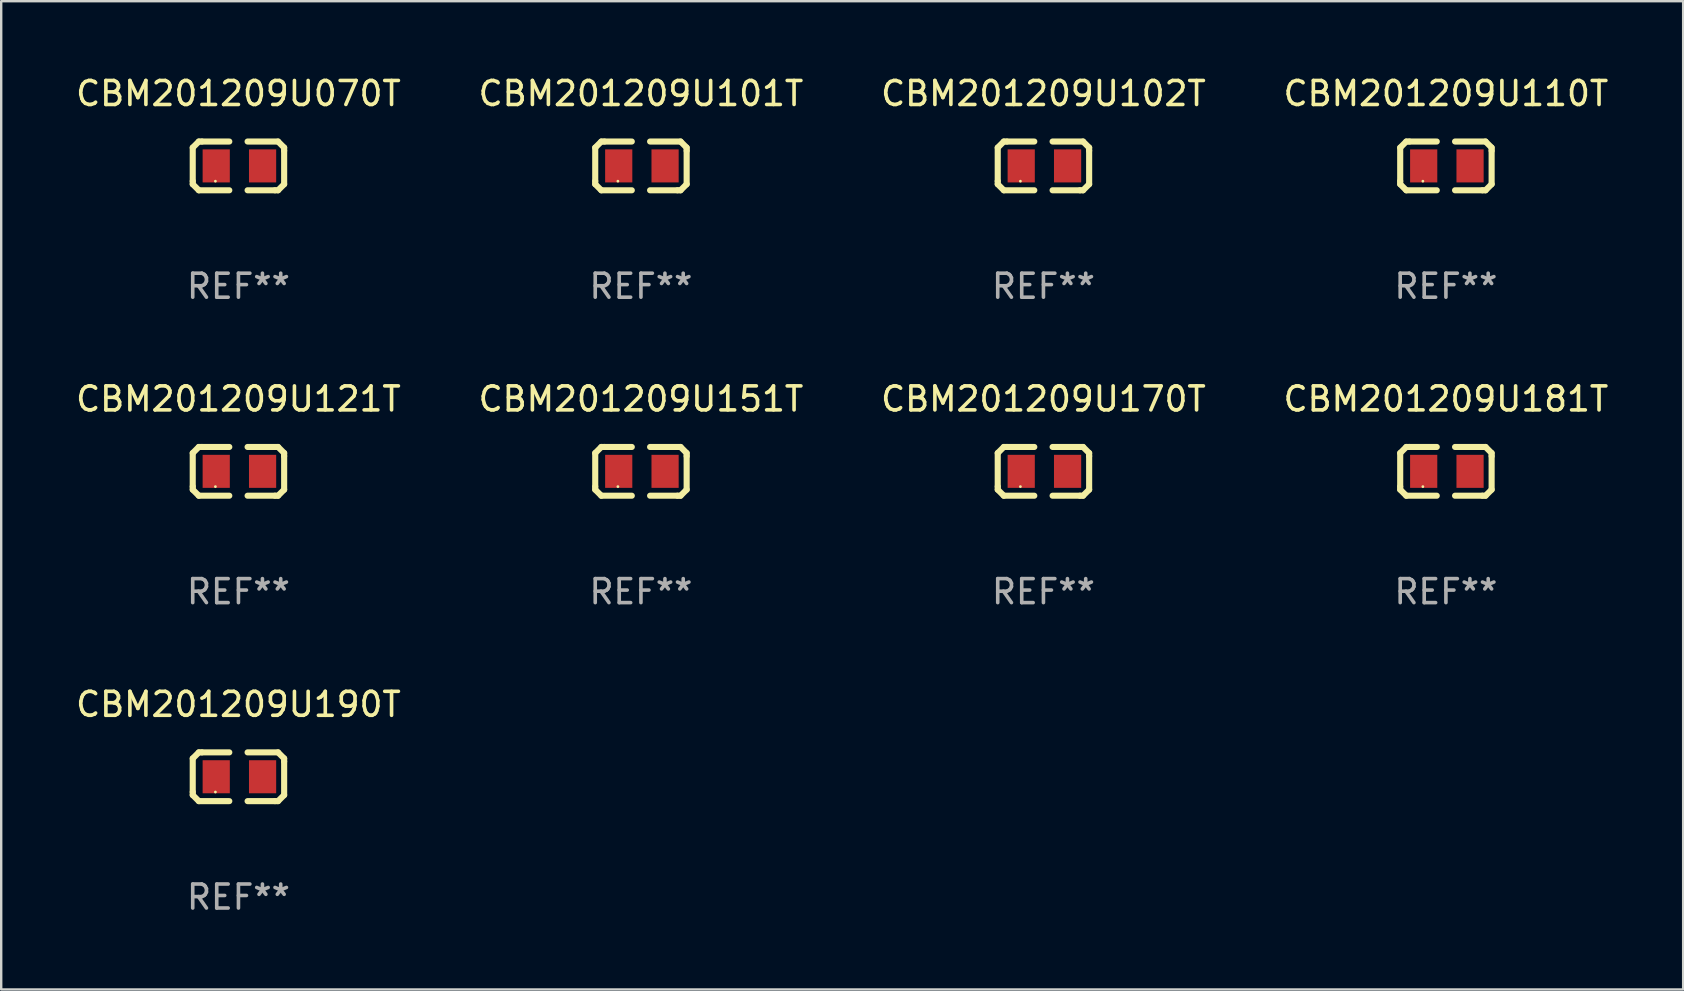
<source format=kicad_pcb>
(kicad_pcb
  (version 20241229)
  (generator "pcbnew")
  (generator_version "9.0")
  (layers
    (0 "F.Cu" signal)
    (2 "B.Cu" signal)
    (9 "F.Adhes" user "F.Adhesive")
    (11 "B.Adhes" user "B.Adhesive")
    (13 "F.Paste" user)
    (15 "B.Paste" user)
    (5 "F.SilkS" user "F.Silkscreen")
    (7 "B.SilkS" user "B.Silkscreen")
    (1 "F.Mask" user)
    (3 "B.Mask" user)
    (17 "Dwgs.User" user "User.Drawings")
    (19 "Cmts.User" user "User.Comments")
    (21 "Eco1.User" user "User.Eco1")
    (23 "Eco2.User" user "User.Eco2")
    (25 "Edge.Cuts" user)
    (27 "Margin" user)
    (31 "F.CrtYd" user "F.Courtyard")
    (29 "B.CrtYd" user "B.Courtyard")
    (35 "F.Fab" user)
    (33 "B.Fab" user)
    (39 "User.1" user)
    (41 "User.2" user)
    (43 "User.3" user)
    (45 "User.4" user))
  (footprint "CBM201209U102T"
    (layer "F.Cu")
    (at 40.435 3.864)
    (property "Reference" "CBM201209U102T" (at 0 -3.016 0) (layer "F.SilkS") (effects (font (size 1 1) (thickness 0.15))))
    (attr through_hole)
    (fp_line (start -1.905 -0.762) (end -1.905 0.635) (stroke (width 0.254) (type solid)) (layer "F.SilkS"))
    (fp_line (start -1.905 0.635) (end -1.905 0.762) (stroke (width 0.254) (type solid)) (layer "F.SilkS"))
    (fp_line (start -1.905 0.762) (end -1.651 1.016) (stroke (width 0.254) (type solid)) (layer "F.SilkS"))
    (fp_line (start -1.651 -1.016) (end -1.905 -0.762) (stroke (width 0.254) (type solid)) (layer "F.SilkS"))
    (fp_line (start -1.651 1.016) (end -0.381 1.016) (stroke (width 0.254) (type solid)) (layer "F.SilkS"))
    (fp_line (start -1.524 -1.016) (end -1.651 -1.016) (stroke (width 0.254) (type solid)) (layer "F.SilkS"))
    (fp_line (start -0.381 -1.016) (end -1.524 -1.016) (stroke (width 0.254) (type solid)) (layer "F.SilkS"))
    (fp_line (start 0.381 1.016) (end 1.524 1.016) (stroke (width 0.254) (type solid)) (layer "F.SilkS"))
    (fp_line (start 1.524 1.016) (end 1.651 1.016) (stroke (width 0.254) (type solid)) (layer "F.SilkS"))
    (fp_line (start 1.651 -1.016) (end 0.381 -1.016) (stroke (width 0.254) (type solid)) (layer "F.SilkS"))
    (fp_line (start 1.651 1.016) (end 1.905 0.762) (stroke (width 0.254) (type solid)) (layer "F.SilkS"))
    (fp_line (start 1.905 -0.762) (end 1.651 -1.016) (stroke (width 0.254) (type solid)) (layer "F.SilkS"))
    (fp_line (start 1.905 -0.635) (end 1.905 -0.762) (stroke (width 0.254) (type solid)) (layer "F.SilkS"))
    (fp_line (start 1.905 0.762) (end 1.905 -0.635) (stroke (width 0.254) (type solid)) (layer "F.SilkS"))
    (fp_circle (center -0.96 0.637) (end -0.93 0.637) (stroke (width 0.06) (type solid)) (fill no) (layer "F.SilkS"))
    (fp_text user "REF**" (at 0 5.016 0) (layer "F.Fab") (effects (font (size 1 1) (thickness 0.15))))
    (pad "1" smd rect (at -0.926 -0.000051) (size 1.133 1.377) (layers "F.Cu" "F.Mask" "F.Paste"))
    (pad "2" smd rect (at 1.006 -0.000051) (size 1.133 1.377) (layers "F.Cu" "F.Mask" "F.Paste")))
  (footprint "CBM201209U170T"
    (layer "F.Cu")
    (at 40.435 16.593)
    (property "Reference" "CBM201209U170T" (at 0 -3.016 0) (layer "F.SilkS") (effects (font (size 1 1) (thickness 0.15))))
    (attr through_hole)
    (fp_line (start -1.905 -0.762) (end -1.905 0.635) (stroke (width 0.254) (type solid)) (layer "F.SilkS"))
    (fp_line (start -1.905 0.635) (end -1.905 0.762) (stroke (width 0.254) (type solid)) (layer "F.SilkS"))
    (fp_line (start -1.905 0.762) (end -1.651 1.016) (stroke (width 0.254) (type solid)) (layer "F.SilkS"))
    (fp_line (start -1.651 -1.016) (end -1.905 -0.762) (stroke (width 0.254) (type solid)) (layer "F.SilkS"))
    (fp_line (start -1.651 1.016) (end -0.381 1.016) (stroke (width 0.254) (type solid)) (layer "F.SilkS"))
    (fp_line (start -1.524 -1.016) (end -1.651 -1.016) (stroke (width 0.254) (type solid)) (layer "F.SilkS"))
    (fp_line (start -0.381 -1.016) (end -1.524 -1.016) (stroke (width 0.254) (type solid)) (layer "F.SilkS"))
    (fp_line (start 0.381 1.016) (end 1.524 1.016) (stroke (width 0.254) (type solid)) (layer "F.SilkS"))
    (fp_line (start 1.524 1.016) (end 1.651 1.016) (stroke (width 0.254) (type solid)) (layer "F.SilkS"))
    (fp_line (start 1.651 -1.016) (end 0.381 -1.016) (stroke (width 0.254) (type solid)) (layer "F.SilkS"))
    (fp_line (start 1.651 1.016) (end 1.905 0.762) (stroke (width 0.254) (type solid)) (layer "F.SilkS"))
    (fp_line (start 1.905 -0.762) (end 1.651 -1.016) (stroke (width 0.254) (type solid)) (layer "F.SilkS"))
    (fp_line (start 1.905 -0.635) (end 1.905 -0.762) (stroke (width 0.254) (type solid)) (layer "F.SilkS"))
    (fp_line (start 1.905 0.762) (end 1.905 -0.635) (stroke (width 0.254) (type solid)) (layer "F.SilkS"))
    (fp_circle (center -0.96 0.637) (end -0.93 0.637) (stroke (width 0.06) (type solid)) (fill no) (layer "F.SilkS"))
    (fp_text user "REF**" (at 0 5.016 0) (layer "F.Fab") (effects (font (size 1 1) (thickness 0.15))))
    (pad "1" smd rect (at -0.926 -0.000051) (size 1.133 1.377) (layers "F.Cu" "F.Mask" "F.Paste"))
    (pad "2" smd rect (at 1.006 -0.000051) (size 1.133 1.377) (layers "F.Cu" "F.Mask" "F.Paste")))
  (footprint "CBM201209U070T"
    (layer "F.Cu")
    (at 6.887 3.864)
    (property "Reference" "CBM201209U070T" (at 0 -3.016 0) (layer "F.SilkS") (effects (font (size 1 1) (thickness 0.15))))
    (attr through_hole)
    (fp_line (start -1.905 -0.762) (end -1.905 0.635) (stroke (width 0.254) (type solid)) (layer "F.SilkS"))
    (fp_line (start -1.905 0.635) (end -1.905 0.762) (stroke (width 0.254) (type solid)) (layer "F.SilkS"))
    (fp_line (start -1.905 0.762) (end -1.651 1.016) (stroke (width 0.254) (type solid)) (layer "F.SilkS"))
    (fp_line (start -1.651 -1.016) (end -1.905 -0.762) (stroke (width 0.254) (type solid)) (layer "F.SilkS"))
    (fp_line (start -1.651 1.016) (end -0.381 1.016) (stroke (width 0.254) (type solid)) (layer "F.SilkS"))
    (fp_line (start -1.524 -1.016) (end -1.651 -1.016) (stroke (width 0.254) (type solid)) (layer "F.SilkS"))
    (fp_line (start -0.381 -1.016) (end -1.524 -1.016) (stroke (width 0.254) (type solid)) (layer "F.SilkS"))
    (fp_line (start 0.381 1.016) (end 1.524 1.016) (stroke (width 0.254) (type solid)) (layer "F.SilkS"))
    (fp_line (start 1.524 1.016) (end 1.651 1.016) (stroke (width 0.254) (type solid)) (layer "F.SilkS"))
    (fp_line (start 1.651 -1.016) (end 0.381 -1.016) (stroke (width 0.254) (type solid)) (layer "F.SilkS"))
    (fp_line (start 1.651 1.016) (end 1.905 0.762) (stroke (width 0.254) (type solid)) (layer "F.SilkS"))
    (fp_line (start 1.905 -0.762) (end 1.651 -1.016) (stroke (width 0.254) (type solid)) (layer "F.SilkS"))
    (fp_line (start 1.905 -0.635) (end 1.905 -0.762) (stroke (width 0.254) (type solid)) (layer "F.SilkS"))
    (fp_line (start 1.905 0.762) (end 1.905 -0.635) (stroke (width 0.254) (type solid)) (layer "F.SilkS"))
    (fp_circle (center -0.96 0.637) (end -0.93 0.637) (stroke (width 0.06) (type solid)) (fill no) (layer "F.SilkS"))
    (fp_text user "REF**" (at 0 5.016 0) (layer "F.Fab") (effects (font (size 1 1) (thickness 0.15))))
    (pad "1" smd rect (at -0.926 -0.000051) (size 1.133 1.377) (layers "F.Cu" "F.Mask" "F.Paste"))
    (pad "2" smd rect (at 1.006 -0.000051) (size 1.133 1.377) (layers "F.Cu" "F.Mask" "F.Paste")))
  (footprint "CBM201209U101T"
    (layer "F.Cu")
    (at 23.661 3.864)
    (property "Reference" "CBM201209U101T" (at 0 -3.016 0) (layer "F.SilkS") (effects (font (size 1 1) (thickness 0.15))))
    (attr through_hole)
    (fp_line (start -1.905 -0.762) (end -1.905 0.635) (stroke (width 0.254) (type solid)) (layer "F.SilkS"))
    (fp_line (start -1.905 0.635) (end -1.905 0.762) (stroke (width 0.254) (type solid)) (layer "F.SilkS"))
    (fp_line (start -1.905 0.762) (end -1.651 1.016) (stroke (width 0.254) (type solid)) (layer "F.SilkS"))
    (fp_line (start -1.651 -1.016) (end -1.905 -0.762) (stroke (width 0.254) (type solid)) (layer "F.SilkS"))
    (fp_line (start -1.651 1.016) (end -0.381 1.016) (stroke (width 0.254) (type solid)) (layer "F.SilkS"))
    (fp_line (start -1.524 -1.016) (end -1.651 -1.016) (stroke (width 0.254) (type solid)) (layer "F.SilkS"))
    (fp_line (start -0.381 -1.016) (end -1.524 -1.016) (stroke (width 0.254) (type solid)) (layer "F.SilkS"))
    (fp_line (start 0.381 1.016) (end 1.524 1.016) (stroke (width 0.254) (type solid)) (layer "F.SilkS"))
    (fp_line (start 1.524 1.016) (end 1.651 1.016) (stroke (width 0.254) (type solid)) (layer "F.SilkS"))
    (fp_line (start 1.651 -1.016) (end 0.381 -1.016) (stroke (width 0.254) (type solid)) (layer "F.SilkS"))
    (fp_line (start 1.651 1.016) (end 1.905 0.762) (stroke (width 0.254) (type solid)) (layer "F.SilkS"))
    (fp_line (start 1.905 -0.762) (end 1.651 -1.016) (stroke (width 0.254) (type solid)) (layer "F.SilkS"))
    (fp_line (start 1.905 -0.635) (end 1.905 -0.762) (stroke (width 0.254) (type solid)) (layer "F.SilkS"))
    (fp_line (start 1.905 0.762) (end 1.905 -0.635) (stroke (width 0.254) (type solid)) (layer "F.SilkS"))
    (fp_circle (center -0.96 0.637) (end -0.93 0.637) (stroke (width 0.06) (type solid)) (fill no) (layer "F.SilkS"))
    (fp_text user "REF**" (at 0 5.016 0) (layer "F.Fab") (effects (font (size 1 1) (thickness 0.15))))
    (pad "1" smd rect (at -0.926 -0.000051) (size 1.133 1.377) (layers "F.Cu" "F.Mask" "F.Paste"))
    (pad "2" smd rect (at 1.006 -0.000051) (size 1.133 1.377) (layers "F.Cu" "F.Mask" "F.Paste")))
  (footprint "CBM201209U121T"
    (layer "F.Cu")
    (at 6.887 16.593)
    (property "Reference" "CBM201209U121T" (at 0 -3.016 0) (layer "F.SilkS") (effects (font (size 1 1) (thickness 0.15))))
    (attr through_hole)
    (fp_line (start -1.905 -0.762) (end -1.905 0.635) (stroke (width 0.254) (type solid)) (layer "F.SilkS"))
    (fp_line (start -1.905 0.635) (end -1.905 0.762) (stroke (width 0.254) (type solid)) (layer "F.SilkS"))
    (fp_line (start -1.905 0.762) (end -1.651 1.016) (stroke (width 0.254) (type solid)) (layer "F.SilkS"))
    (fp_line (start -1.651 -1.016) (end -1.905 -0.762) (stroke (width 0.254) (type solid)) (layer "F.SilkS"))
    (fp_line (start -1.651 1.016) (end -0.381 1.016) (stroke (width 0.254) (type solid)) (layer "F.SilkS"))
    (fp_line (start -1.524 -1.016) (end -1.651 -1.016) (stroke (width 0.254) (type solid)) (layer "F.SilkS"))
    (fp_line (start -0.381 -1.016) (end -1.524 -1.016) (stroke (width 0.254) (type solid)) (layer "F.SilkS"))
    (fp_line (start 0.381 1.016) (end 1.524 1.016) (stroke (width 0.254) (type solid)) (layer "F.SilkS"))
    (fp_line (start 1.524 1.016) (end 1.651 1.016) (stroke (width 0.254) (type solid)) (layer "F.SilkS"))
    (fp_line (start 1.651 -1.016) (end 0.381 -1.016) (stroke (width 0.254) (type solid)) (layer "F.SilkS"))
    (fp_line (start 1.651 1.016) (end 1.905 0.762) (stroke (width 0.254) (type solid)) (layer "F.SilkS"))
    (fp_line (start 1.905 -0.762) (end 1.651 -1.016) (stroke (width 0.254) (type solid)) (layer "F.SilkS"))
    (fp_line (start 1.905 -0.635) (end 1.905 -0.762) (stroke (width 0.254) (type solid)) (layer "F.SilkS"))
    (fp_line (start 1.905 0.762) (end 1.905 -0.635) (stroke (width 0.254) (type solid)) (layer "F.SilkS"))
    (fp_circle (center -0.96 0.637) (end -0.93 0.637) (stroke (width 0.06) (type solid)) (fill no) (layer "F.SilkS"))
    (fp_text user "REF**" (at 0 5.016 0) (layer "F.Fab") (effects (font (size 1 1) (thickness 0.15))))
    (pad "1" smd rect (at -0.926 -0.000051) (size 1.133 1.377) (layers "F.Cu" "F.Mask" "F.Paste"))
    (pad "2" smd rect (at 1.006 -0.000051) (size 1.133 1.377) (layers "F.Cu" "F.Mask" "F.Paste")))
  (footprint "CBM201209U190T"
    (layer "F.Cu")
    (at 6.887 29.321)
    (property "Reference" "CBM201209U190T" (at 0 -3.016 0) (layer "F.SilkS") (effects (font (size 1 1) (thickness 0.15))))
    (attr through_hole)
    (fp_line (start -1.905 -0.762) (end -1.905 0.635) (stroke (width 0.254) (type solid)) (layer "F.SilkS"))
    (fp_line (start -1.905 0.635) (end -1.905 0.762) (stroke (width 0.254) (type solid)) (layer "F.SilkS"))
    (fp_line (start -1.905 0.762) (end -1.651 1.016) (stroke (width 0.254) (type solid)) (layer "F.SilkS"))
    (fp_line (start -1.651 -1.016) (end -1.905 -0.762) (stroke (width 0.254) (type solid)) (layer "F.SilkS"))
    (fp_line (start -1.651 1.016) (end -0.381 1.016) (stroke (width 0.254) (type solid)) (layer "F.SilkS"))
    (fp_line (start -1.524 -1.016) (end -1.651 -1.016) (stroke (width 0.254) (type solid)) (layer "F.SilkS"))
    (fp_line (start -0.381 -1.016) (end -1.524 -1.016) (stroke (width 0.254) (type solid)) (layer "F.SilkS"))
    (fp_line (start 0.381 1.016) (end 1.524 1.016) (stroke (width 0.254) (type solid)) (layer "F.SilkS"))
    (fp_line (start 1.524 1.016) (end 1.651 1.016) (stroke (width 0.254) (type solid)) (layer "F.SilkS"))
    (fp_line (start 1.651 -1.016) (end 0.381 -1.016) (stroke (width 0.254) (type solid)) (layer "F.SilkS"))
    (fp_line (start 1.651 1.016) (end 1.905 0.762) (stroke (width 0.254) (type solid)) (layer "F.SilkS"))
    (fp_line (start 1.905 -0.762) (end 1.651 -1.016) (stroke (width 0.254) (type solid)) (layer "F.SilkS"))
    (fp_line (start 1.905 -0.635) (end 1.905 -0.762) (stroke (width 0.254) (type solid)) (layer "F.SilkS"))
    (fp_line (start 1.905 0.762) (end 1.905 -0.635) (stroke (width 0.254) (type solid)) (layer "F.SilkS"))
    (fp_circle (center -0.96 0.637) (end -0.93 0.637) (stroke (width 0.06) (type solid)) (fill no) (layer "F.SilkS"))
    (fp_text user "REF**" (at 0 5.016 0) (layer "F.Fab") (effects (font (size 1 1) (thickness 0.15))))
    (pad "1" smd rect (at -0.926 -0.000051) (size 1.133 1.377) (layers "F.Cu" "F.Mask" "F.Paste"))
    (pad "2" smd rect (at 1.006 -0.000051) (size 1.133 1.377) (layers "F.Cu" "F.Mask" "F.Paste")))
  (footprint "CBM201209U181T"
    (layer "F.Cu")
    (at 57.208 16.593)
    (property "Reference" "CBM201209U181T" (at 0 -3.016 0) (layer "F.SilkS") (effects (font (size 1 1) (thickness 0.15))))
    (attr through_hole)
    (fp_line (start -1.905 -0.762) (end -1.905 0.635) (stroke (width 0.254) (type solid)) (layer "F.SilkS"))
    (fp_line (start -1.905 0.635) (end -1.905 0.762) (stroke (width 0.254) (type solid)) (layer "F.SilkS"))
    (fp_line (start -1.905 0.762) (end -1.651 1.016) (stroke (width 0.254) (type solid)) (layer "F.SilkS"))
    (fp_line (start -1.651 -1.016) (end -1.905 -0.762) (stroke (width 0.254) (type solid)) (layer "F.SilkS"))
    (fp_line (start -1.651 1.016) (end -0.381 1.016) (stroke (width 0.254) (type solid)) (layer "F.SilkS"))
    (fp_line (start -1.524 -1.016) (end -1.651 -1.016) (stroke (width 0.254) (type solid)) (layer "F.SilkS"))
    (fp_line (start -0.381 -1.016) (end -1.524 -1.016) (stroke (width 0.254) (type solid)) (layer "F.SilkS"))
    (fp_line (start 0.381 1.016) (end 1.524 1.016) (stroke (width 0.254) (type solid)) (layer "F.SilkS"))
    (fp_line (start 1.524 1.016) (end 1.651 1.016) (stroke (width 0.254) (type solid)) (layer "F.SilkS"))
    (fp_line (start 1.651 -1.016) (end 0.381 -1.016) (stroke (width 0.254) (type solid)) (layer "F.SilkS"))
    (fp_line (start 1.651 1.016) (end 1.905 0.762) (stroke (width 0.254) (type solid)) (layer "F.SilkS"))
    (fp_line (start 1.905 -0.762) (end 1.651 -1.016) (stroke (width 0.254) (type solid)) (layer "F.SilkS"))
    (fp_line (start 1.905 -0.635) (end 1.905 -0.762) (stroke (width 0.254) (type solid)) (layer "F.SilkS"))
    (fp_line (start 1.905 0.762) (end 1.905 -0.635) (stroke (width 0.254) (type solid)) (layer "F.SilkS"))
    (fp_circle (center -0.96 0.637) (end -0.93 0.637) (stroke (width 0.06) (type solid)) (fill no) (layer "F.SilkS"))
    (fp_text user "REF**" (at 0 5.016 0) (layer "F.Fab") (effects (font (size 1 1) (thickness 0.15))))
    (pad "1" smd rect (at -0.926 -0.000051) (size 1.133 1.377) (layers "F.Cu" "F.Mask" "F.Paste"))
    (pad "2" smd rect (at 1.006 -0.000051) (size 1.133 1.377) (layers "F.Cu" "F.Mask" "F.Paste")))
  (footprint "CBM201209U110T"
    (layer "F.Cu")
    (at 57.208 3.864)
    (property "Reference" "CBM201209U110T" (at 0 -3.016 0) (layer "F.SilkS") (effects (font (size 1 1) (thickness 0.15))))
    (attr through_hole)
    (fp_line (start -1.905 -0.762) (end -1.905 0.635) (stroke (width 0.254) (type solid)) (layer "F.SilkS"))
    (fp_line (start -1.905 0.635) (end -1.905 0.762) (stroke (width 0.254) (type solid)) (layer "F.SilkS"))
    (fp_line (start -1.905 0.762) (end -1.651 1.016) (stroke (width 0.254) (type solid)) (layer "F.SilkS"))
    (fp_line (start -1.651 -1.016) (end -1.905 -0.762) (stroke (width 0.254) (type solid)) (layer "F.SilkS"))
    (fp_line (start -1.651 1.016) (end -0.381 1.016) (stroke (width 0.254) (type solid)) (layer "F.SilkS"))
    (fp_line (start -1.524 -1.016) (end -1.651 -1.016) (stroke (width 0.254) (type solid)) (layer "F.SilkS"))
    (fp_line (start -0.381 -1.016) (end -1.524 -1.016) (stroke (width 0.254) (type solid)) (layer "F.SilkS"))
    (fp_line (start 0.381 1.016) (end 1.524 1.016) (stroke (width 0.254) (type solid)) (layer "F.SilkS"))
    (fp_line (start 1.524 1.016) (end 1.651 1.016) (stroke (width 0.254) (type solid)) (layer "F.SilkS"))
    (fp_line (start 1.651 -1.016) (end 0.381 -1.016) (stroke (width 0.254) (type solid)) (layer "F.SilkS"))
    (fp_line (start 1.651 1.016) (end 1.905 0.762) (stroke (width 0.254) (type solid)) (layer "F.SilkS"))
    (fp_line (start 1.905 -0.762) (end 1.651 -1.016) (stroke (width 0.254) (type solid)) (layer "F.SilkS"))
    (fp_line (start 1.905 -0.635) (end 1.905 -0.762) (stroke (width 0.254) (type solid)) (layer "F.SilkS"))
    (fp_line (start 1.905 0.762) (end 1.905 -0.635) (stroke (width 0.254) (type solid)) (layer "F.SilkS"))
    (fp_circle (center -0.96 0.637) (end -0.93 0.637) (stroke (width 0.06) (type solid)) (fill no) (layer "F.SilkS"))
    (fp_text user "REF**" (at 0 5.016 0) (layer "F.Fab") (effects (font (size 1 1) (thickness 0.15))))
    (pad "1" smd rect (at -0.926 -0.000051) (size 1.133 1.377) (layers "F.Cu" "F.Mask" "F.Paste"))
    (pad "2" smd rect (at 1.006 -0.000051) (size 1.133 1.377) (layers "F.Cu" "F.Mask" "F.Paste")))
  (footprint "CBM201209U151T"
    (layer "F.Cu")
    (at 23.661 16.593)
    (property "Reference" "CBM201209U151T" (at 0 -3.016 0) (layer "F.SilkS") (effects (font (size 1 1) (thickness 0.15))))
    (attr through_hole)
    (fp_line (start -1.905 -0.762) (end -1.905 0.635) (stroke (width 0.254) (type solid)) (layer "F.SilkS"))
    (fp_line (start -1.905 0.635) (end -1.905 0.762) (stroke (width 0.254) (type solid)) (layer "F.SilkS"))
    (fp_line (start -1.905 0.762) (end -1.651 1.016) (stroke (width 0.254) (type solid)) (layer "F.SilkS"))
    (fp_line (start -1.651 -1.016) (end -1.905 -0.762) (stroke (width 0.254) (type solid)) (layer "F.SilkS"))
    (fp_line (start -1.651 1.016) (end -0.381 1.016) (stroke (width 0.254) (type solid)) (layer "F.SilkS"))
    (fp_line (start -1.524 -1.016) (end -1.651 -1.016) (stroke (width 0.254) (type solid)) (layer "F.SilkS"))
    (fp_line (start -0.381 -1.016) (end -1.524 -1.016) (stroke (width 0.254) (type solid)) (layer "F.SilkS"))
    (fp_line (start 0.381 1.016) (end 1.524 1.016) (stroke (width 0.254) (type solid)) (layer "F.SilkS"))
    (fp_line (start 1.524 1.016) (end 1.651 1.016) (stroke (width 0.254) (type solid)) (layer "F.SilkS"))
    (fp_line (start 1.651 -1.016) (end 0.381 -1.016) (stroke (width 0.254) (type solid)) (layer "F.SilkS"))
    (fp_line (start 1.651 1.016) (end 1.905 0.762) (stroke (width 0.254) (type solid)) (layer "F.SilkS"))
    (fp_line (start 1.905 -0.762) (end 1.651 -1.016) (stroke (width 0.254) (type solid)) (layer "F.SilkS"))
    (fp_line (start 1.905 -0.635) (end 1.905 -0.762) (stroke (width 0.254) (type solid)) (layer "F.SilkS"))
    (fp_line (start 1.905 0.762) (end 1.905 -0.635) (stroke (width 0.254) (type solid)) (layer "F.SilkS"))
    (fp_circle (center -0.96 0.637) (end -0.93 0.637) (stroke (width 0.06) (type solid)) (fill no) (layer "F.SilkS"))
    (fp_text user "REF**" (at 0 5.016 0) (layer "F.Fab") (effects (font (size 1 1) (thickness 0.15))))
    (pad "1" smd rect (at -0.926 -0.000051) (size 1.133 1.377) (layers "F.Cu" "F.Mask" "F.Paste"))
    (pad "2" smd rect (at 1.006 -0.000051) (size 1.133 1.377) (layers "F.Cu" "F.Mask" "F.Paste")))
  (gr_rect
    (start -3 -3)
    (end 67.095 38.186)
    (stroke (width 0.1) (type default))
    (fill no)
    (layer "Edge.Cuts")))
</source>
